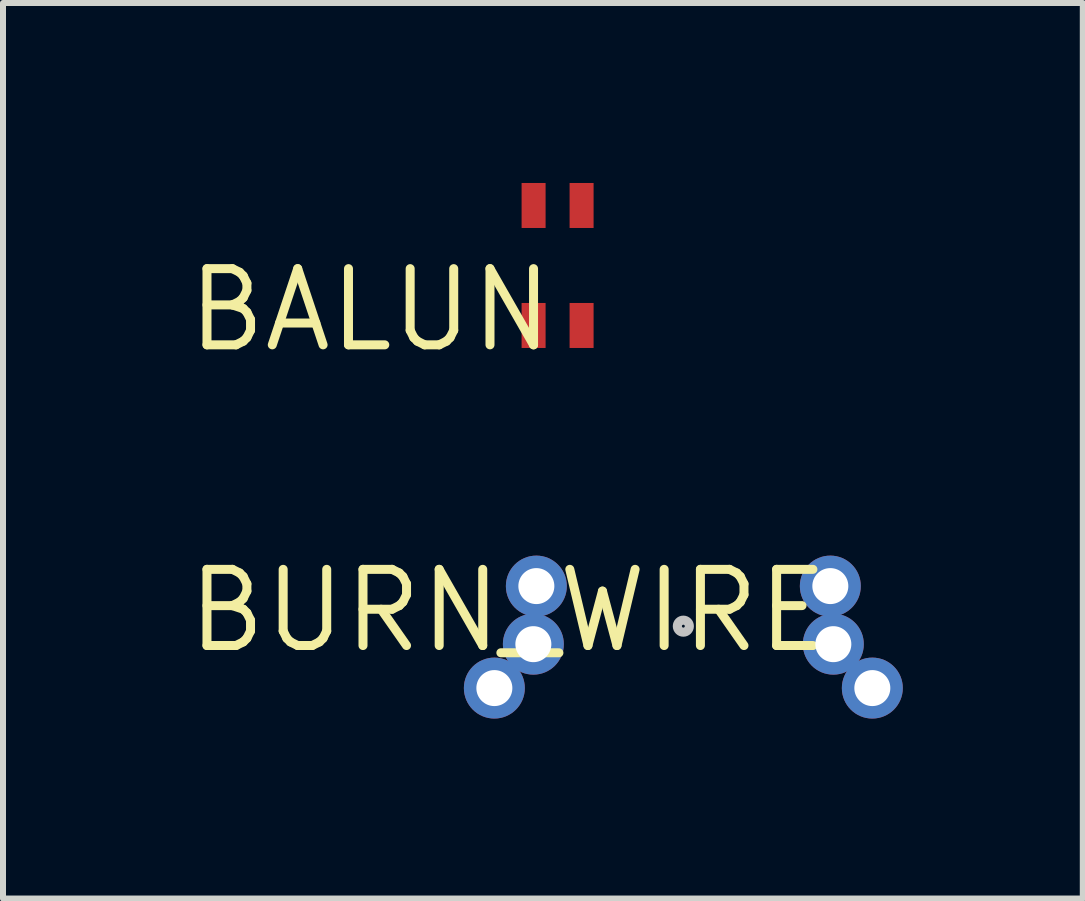
<source format=kicad_pcb>
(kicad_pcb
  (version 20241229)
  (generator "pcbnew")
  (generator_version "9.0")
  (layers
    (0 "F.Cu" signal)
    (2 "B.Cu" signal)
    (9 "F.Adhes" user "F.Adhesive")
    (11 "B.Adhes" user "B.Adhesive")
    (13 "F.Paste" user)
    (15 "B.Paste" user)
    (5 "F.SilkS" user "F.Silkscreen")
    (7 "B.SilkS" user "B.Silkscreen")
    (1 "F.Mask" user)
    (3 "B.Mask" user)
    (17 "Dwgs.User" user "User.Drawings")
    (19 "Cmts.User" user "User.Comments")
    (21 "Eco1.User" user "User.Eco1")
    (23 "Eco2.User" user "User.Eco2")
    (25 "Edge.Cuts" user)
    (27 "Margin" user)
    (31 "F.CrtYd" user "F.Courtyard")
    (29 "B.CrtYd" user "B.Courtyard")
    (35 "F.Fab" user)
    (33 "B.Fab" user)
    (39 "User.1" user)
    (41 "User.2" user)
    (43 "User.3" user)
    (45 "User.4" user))
  (footprint "BALUN"
    (layer "F.Cu")
    (at 6.244 1.375)
    (property "Reference" "BALUN" (at 0 0 0) (layer "F.SilkS") (effects (font (size 1.27 1.27) (thickness 0.15)) (justify right top)))
    (attr through_hole)
    (pad "1" smd rect (at -0.4 -1 90) (size 0.75 0.4) (layers "F.Cu" "F.Mask" "F.Paste"))
    (pad "2" smd rect (at 0.4 -1 90) (size 0.75 0.4) (layers "F.Cu" "F.Mask" "F.Paste"))
    (pad "3" smd rect (at -0.4 1 270) (size 0.75 0.4) (layers "F.Cu" "F.Mask" "F.Paste"))
    (pad "4" smd rect (at 0.4 1 270) (size 0.75 0.4) (layers "F.Cu" "F.Mask" "F.Paste")))
  (footprint "BURN_WIRE"
    (layer "F.Cu")
    (at 10.84 6.387)
    (property "Reference" "BURN_WIRE" (at 0 0 0) (layer "F.SilkS") (effects (font (size 1.27 1.27) (thickness 0.15)) (justify right top)))
    (attr through_hole)
    (fp_circle (center -2.5 1) (end -2.4 1) (stroke (width 0.152) (type solid)) (fill no) (layer "Dwgs.User"))
    (pad "1" thru_hole circle (at -5.65 2.032 45) (size 1.016 1.016) (drill 0.6) (layers "*.Cu" "*.Mask"))
    (pad "2" thru_hole circle (at 0.65 2.032 135) (size 1.016 1.016) (drill 0.6) (layers "*.Cu" "*.Mask"))
    (pad "10" thru_hole circle (at -5 1.3) (size 1.016 1.016) (drill 0.6) (layers "*.Cu" "*.Mask"))
    (pad "20" thru_hole circle (at 0 1.3 180) (size 1.016 1.016) (drill 0.6) (layers "*.Cu" "*.Mask"))
    (pad "100" thru_hole circle (at -4.95 0.332 270) (size 1.016 1.016) (drill 0.6) (layers "*.Cu" "*.Mask"))
    (pad "200" thru_hole circle (at -0.05 0.332 270) (size 1.016 1.016) (drill 0.6) (layers "*.Cu" "*.Mask")))
  (gr_rect
    (start -3 -3)
    (end 14.998 11.927)
    (stroke (width 0.1) (type default))
    (fill no)
    (layer "Edge.Cuts")))
</source>
